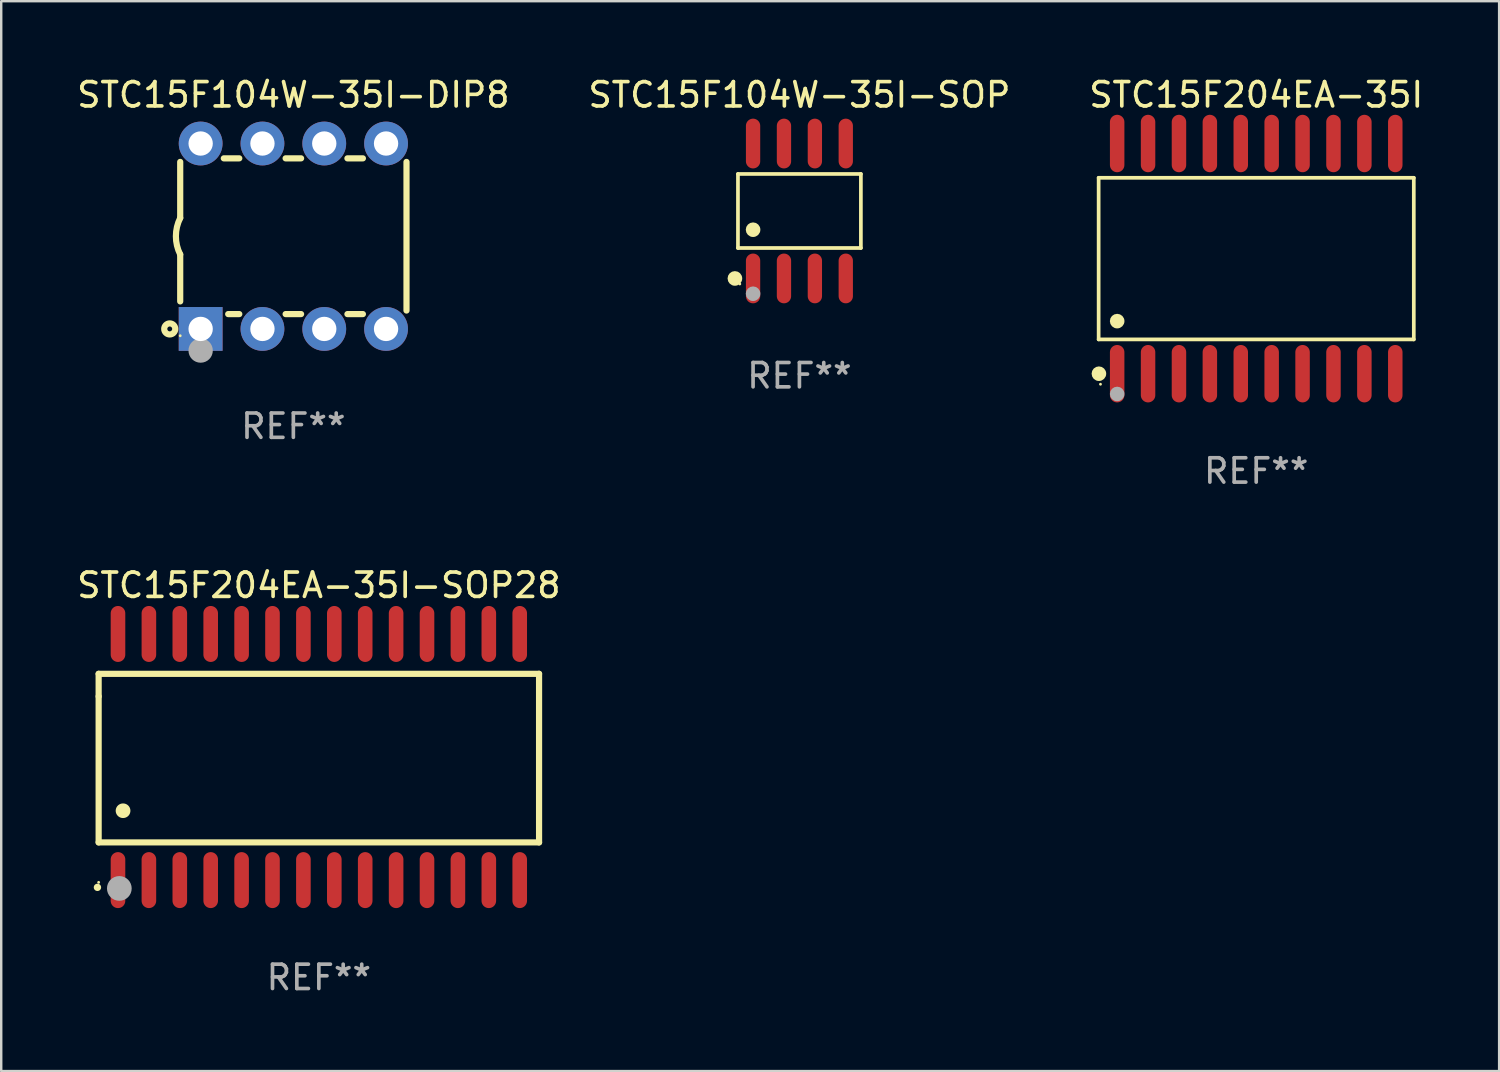
<source format=kicad_pcb>
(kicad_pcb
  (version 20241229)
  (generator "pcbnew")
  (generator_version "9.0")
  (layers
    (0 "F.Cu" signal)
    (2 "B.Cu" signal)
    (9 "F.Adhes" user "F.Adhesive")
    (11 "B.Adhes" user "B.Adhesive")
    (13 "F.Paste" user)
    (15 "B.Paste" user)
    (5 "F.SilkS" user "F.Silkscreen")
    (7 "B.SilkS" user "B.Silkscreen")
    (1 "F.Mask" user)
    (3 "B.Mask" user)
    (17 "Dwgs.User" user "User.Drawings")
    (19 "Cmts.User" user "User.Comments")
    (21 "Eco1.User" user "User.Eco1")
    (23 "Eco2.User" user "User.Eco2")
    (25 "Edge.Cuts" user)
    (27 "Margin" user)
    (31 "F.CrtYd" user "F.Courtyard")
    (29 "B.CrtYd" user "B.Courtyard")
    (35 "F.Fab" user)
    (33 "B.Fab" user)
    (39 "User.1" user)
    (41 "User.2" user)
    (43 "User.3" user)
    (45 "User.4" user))
  (footprint "STC15F204EA-35I-SOP28"
    (layer "F.Cu")
    (at 10.054 28.062)
    (property "Reference" "STC15F204EA-35I-SOP28" (at 0 -7.058 0) (layer "F.SilkS") (effects (font (size 1 1) (thickness 0.15))))
    (attr through_hole)
    (fp_line (start -9.05 -3.42) (end 9.05 -3.42) (stroke (width 0.254) (type solid)) (layer "F.SilkS"))
    (fp_line (start -9.05 -2.492) (end -9.05 -3.42) (stroke (width 0.254) (type solid)) (layer "F.SilkS"))
    (fp_line (start -9.05 3.508) (end -9.05 -2.492) (stroke (width 0.254) (type solid)) (layer "F.SilkS"))
    (fp_line (start 9.05 -3.42) (end 9.05 3.508) (stroke (width 0.254) (type solid)) (layer "F.SilkS"))
    (fp_line (start 9.05 3.508) (end -9.05 3.508) (stroke (width 0.254) (type solid)) (layer "F.SilkS"))
    (fp_arc (start -9.100838 5.35649) (mid -9.099568 5.356485) (end -9.098298 5.35649) (stroke (width 0.3) (type solid)) (layer "F.SilkS"))
    (fp_arc (start -8.049276 2.206883) (mid -8.046736 2.206872) (end -8.044196 2.206883) (stroke (width 0.6) (type solid)) (layer "F.SilkS"))
    (fp_circle (center -9.05 5.15) (end -9.02 5.15) (stroke (width 0.06) (type solid)) (fill no) (layer "F.SilkS"))
    (fp_circle (center -8.2 5.4) (end -7.946 5.4) (stroke (width 0.508) (type solid)) (fill no) (layer "F.Fab"))
    (fp_text user "REF**" (at 0 9.058 0) (layer "F.Fab") (effects (font (size 1 1) (thickness 0.15))))
    (pad "1" smd oval (at -8.255 5.058 180) (size 0.6 2.3) (layers "F.Cu" "F.Mask" "F.Paste"))
    (pad "2" smd oval (at -6.985 5.058 180) (size 0.6 2.3) (layers "F.Cu" "F.Mask" "F.Paste"))
    (pad "3" smd oval (at -5.715 5.058 180) (size 0.6 2.3) (layers "F.Cu" "F.Mask" "F.Paste"))
    (pad "4" smd oval (at -4.445 5.058 180) (size 0.6 2.3) (layers "F.Cu" "F.Mask" "F.Paste"))
    (pad "5" smd oval (at -3.175 5.058 180) (size 0.6 2.3) (layers "F.Cu" "F.Mask" "F.Paste"))
    (pad "6" smd oval (at -1.905 5.058 180) (size 0.6 2.3) (layers "F.Cu" "F.Mask" "F.Paste"))
    (pad "7" smd oval (at -0.635 5.058 180) (size 0.6 2.3) (layers "F.Cu" "F.Mask" "F.Paste"))
    (pad "8" smd oval (at 0.635 5.058 180) (size 0.6 2.3) (layers "F.Cu" "F.Mask" "F.Paste"))
    (pad "9" smd oval (at 1.905 5.058 180) (size 0.6 2.3) (layers "F.Cu" "F.Mask" "F.Paste"))
    (pad "10" smd oval (at 3.175 5.058 180) (size 0.6 2.3) (layers "F.Cu" "F.Mask" "F.Paste"))
    (pad "11" smd oval (at 4.445 5.058 180) (size 0.6 2.3) (layers "F.Cu" "F.Mask" "F.Paste"))
    (pad "12" smd oval (at 5.715 5.058 180) (size 0.6 2.3) (layers "F.Cu" "F.Mask" "F.Paste"))
    (pad "13" smd oval (at 6.985 5.058 180) (size 0.6 2.3) (layers "F.Cu" "F.Mask" "F.Paste"))
    (pad "14" smd oval (at 8.255 5.058 180) (size 0.6 2.3) (layers "F.Cu" "F.Mask" "F.Paste"))
    (pad "15" smd oval (at 8.255 -5.058 180) (size 0.6 2.3) (layers "F.Cu" "F.Mask" "F.Paste"))
    (pad "16" smd oval (at 6.985 -5.058 180) (size 0.6 2.3) (layers "F.Cu" "F.Mask" "F.Paste"))
    (pad "17" smd oval (at 5.715 -5.058 180) (size 0.6 2.3) (layers "F.Cu" "F.Mask" "F.Paste"))
    (pad "18" smd oval (at 4.445 -5.058 180) (size 0.6 2.3) (layers "F.Cu" "F.Mask" "F.Paste"))
    (pad "19" smd oval (at 3.175 -5.058 180) (size 0.6 2.3) (layers "F.Cu" "F.Mask" "F.Paste"))
    (pad "20" smd oval (at 1.905 -5.058 180) (size 0.6 2.3) (layers "F.Cu" "F.Mask" "F.Paste"))
    (pad "21" smd oval (at 0.635 -5.058 180) (size 0.6 2.3) (layers "F.Cu" "F.Mask" "F.Paste"))
    (pad "22" smd oval (at -0.635 -5.058 180) (size 0.6 2.3) (layers "F.Cu" "F.Mask" "F.Paste"))
    (pad "23" smd oval (at -1.905 -5.058 180) (size 0.6 2.3) (layers "F.Cu" "F.Mask" "F.Paste"))
    (pad "24" smd oval (at -3.175 -5.058 180) (size 0.6 2.3) (layers "F.Cu" "F.Mask" "F.Paste"))
    (pad "25" smd oval (at -4.445 -5.058 180) (size 0.6 2.3) (layers "F.Cu" "F.Mask" "F.Paste"))
    (pad "26" smd oval (at -5.715 -5.058 180) (size 0.6 2.3) (layers "F.Cu" "F.Mask" "F.Paste"))
    (pad "27" smd oval (at -6.985 -5.058 180) (size 0.6 2.3) (layers "F.Cu" "F.Mask" "F.Paste"))
    (pad "28" smd oval (at -8.255 -5.058 180) (size 0.6 2.3) (layers "F.Cu" "F.Mask" "F.Paste")))
  (footprint "STC15F104W-35I-DIP8"
    (layer "F.Cu")
    (at 9.006 6.658)
    (property "Reference" "STC15F104W-35I-DIP8" (at 0 -5.81 0) (layer "F.SilkS") (effects (font (size 1 1) (thickness 0.15))))
    (attr through_hole)
    (fp_line (start -4.65 0.749) (end -4.65 2.679) (stroke (width 0.254) (type solid)) (layer "F.SilkS"))
    (fp_line (start -4.65 -0.75) (end -4.65 -3.054) (stroke (width 0.254) (type solid)) (layer "F.SilkS"))
    (fp_line (start -2.222 -3.2) (end -2.858 -3.2) (stroke (width 0.254) (type solid)) (layer "F.SilkS"))
    (fp_line (start -2.222 3.2) (end -2.678 3.2) (stroke (width 0.254) (type solid)) (layer "F.SilkS"))
    (fp_line (start 0.318 -3.2) (end -0.318 -3.2) (stroke (width 0.254) (type solid)) (layer "F.SilkS"))
    (fp_line (start 0.318 3.2) (end -0.318 3.2) (stroke (width 0.254) (type solid)) (layer "F.SilkS"))
    (fp_line (start 2.858 -3.2) (end 2.222 -3.2) (stroke (width 0.254) (type solid)) (layer "F.SilkS"))
    (fp_line (start 2.858 3.2) (end 2.222 3.2) (stroke (width 0.254) (type solid)) (layer "F.SilkS"))
    (fp_line (start 4.65 -3.054) (end 4.65 3.054) (stroke (width 0.254) (type solid)) (layer "F.SilkS"))
    (fp_arc (start -4.650381 0.749301) (mid -4.827099 -0.000443) (end -4.649644 -0.750013) (stroke (width 0.254001) (type solid)) (layer "F.SilkS"))
    (fp_circle (center -5.08 3.81) (end -4.98 3.81) (stroke (width 0.254) (type solid)) (fill no) (layer "F.SilkS"))
    (fp_circle (center -4.65 4.09) (end -4.62 4.09) (stroke (width 0.06) (type solid)) (fill no) (layer "F.SilkS"))
    (fp_circle (center -3.81 4.699) (end -3.56 4.699) (stroke (width 0.5) (type solid)) (fill no) (layer "F.Fab"))
    (fp_text user "REF**" (at 0 7.81 0) (layer "F.Fab") (effects (font (size 1 1) (thickness 0.15))))
    (pad "1" thru_hole rect (at -3.81 3.81) (size 1.8 1.8) (drill 1) (layers "*.Cu" "*.Mask"))
    (pad "2" thru_hole circle (at -1.27 3.81) (size 1.8 1.8) (drill 1) (layers "*.Cu" "*.Mask"))
    (pad "3" thru_hole circle (at 1.27 3.81) (size 1.8 1.8) (drill 1) (layers "*.Cu" "*.Mask"))
    (pad "4" thru_hole circle (at 3.81 3.81) (size 1.8 1.8) (drill 1) (layers "*.Cu" "*.Mask"))
    (pad "5" thru_hole circle (at 3.81 -3.81) (size 1.8 1.8) (drill 1) (layers "*.Cu" "*.Mask"))
    (pad "6" thru_hole circle (at 1.27 -3.81) (size 1.8 1.8) (drill 1) (layers "*.Cu" "*.Mask"))
    (pad "7" thru_hole circle (at -1.27 -3.81) (size 1.8 1.8) (drill 1) (layers "*.Cu" "*.Mask"))
    (pad "8" thru_hole circle (at -3.81 -3.81) (size 1.8 1.8) (drill 1) (layers "*.Cu" "*.Mask")))
  (footprint "STC15F104W-35I-SOP"
    (layer "F.Cu")
    (at 29.804 5.621)
    (property "Reference" "STC15F104W-35I-SOP" (at 0 -4.772 0) (layer "F.SilkS") (effects (font (size 1 1) (thickness 0.15))))
    (attr through_hole)
    (fp_line (start -2.526 -1.521) (end 2.526 -1.521) (stroke (width 0.152) (type solid)) (layer "F.SilkS"))
    (fp_line (start -2.526 1.521) (end -2.526 -1.521) (stroke (width 0.152) (type solid)) (layer "F.SilkS"))
    (fp_line (start 2.526 -1.521) (end 2.526 1.521) (stroke (width 0.152) (type solid)) (layer "F.SilkS"))
    (fp_line (start 2.526 1.521) (end -2.526 1.521) (stroke (width 0.152) (type solid)) (layer "F.SilkS"))
    (fp_circle (center -2.652 2.772) (end -2.501 2.772) (stroke (width 0.3) (type solid)) (fill no) (layer "F.SilkS"))
    (fp_circle (center -2.45 3) (end -2.42 3) (stroke (width 0.06) (type solid)) (fill no) (layer "F.SilkS"))
    (fp_circle (center -1.905 0.769) (end -1.755 0.769) (stroke (width 0.3) (type solid)) (fill no) (layer "F.SilkS"))
    (fp_circle (center -1.905 3.4) (end -1.755 3.4) (stroke (width 0.3) (type solid)) (fill no) (layer "F.Fab"))
    (fp_text user "REF**" (at 0 6.772 0) (layer "F.Fab") (effects (font (size 1 1) (thickness 0.15))))
    (pad "1" smd oval (at -1.905 2.772) (size 0.588 2.045) (layers "F.Cu" "F.Mask" "F.Paste"))
    (pad "2" smd oval (at -0.635 2.772) (size 0.588 2.045) (layers "F.Cu" "F.Mask" "F.Paste"))
    (pad "3" smd oval (at 0.635 2.772) (size 0.588 2.045) (layers "F.Cu" "F.Mask" "F.Paste"))
    (pad "4" smd oval (at 1.905 2.772) (size 0.588 2.045) (layers "F.Cu" "F.Mask" "F.Paste"))
    (pad "5" smd oval (at 1.905 -2.772) (size 0.588 2.045) (layers "F.Cu" "F.Mask" "F.Paste"))
    (pad "6" smd oval (at 0.635 -2.772) (size 0.588 2.045) (layers "F.Cu" "F.Mask" "F.Paste"))
    (pad "7" smd oval (at -0.635 -2.772) (size 0.588 2.045) (layers "F.Cu" "F.Mask" "F.Paste"))
    (pad "8" smd oval (at -1.905 -2.772) (size 0.588 2.045) (layers "F.Cu" "F.Mask" "F.Paste")))
  (footprint "STC15F204EA-35I"
    (layer "F.Cu")
    (at 48.577 7.578)
    (property "Reference" "STC15F204EA-35I" (at 0 -6.73 0) (layer "F.SilkS") (effects (font (size 1 1) (thickness 0.15))))
    (attr through_hole)
    (fp_line (start -6.476 -3.321) (end 6.476 -3.321) (stroke (width 0.152) (type solid)) (layer "F.SilkS"))
    (fp_line (start -6.476 3.321) (end -6.476 -3.321) (stroke (width 0.152) (type solid)) (layer "F.SilkS"))
    (fp_line (start 6.476 -3.321) (end 6.476 3.321) (stroke (width 0.152) (type solid)) (layer "F.SilkS"))
    (fp_line (start 6.476 3.321) (end -6.476 3.321) (stroke (width 0.152) (type solid)) (layer "F.SilkS"))
    (fp_circle (center -6.465 4.73) (end -6.315 4.73) (stroke (width 0.3) (type solid)) (fill no) (layer "F.SilkS"))
    (fp_circle (center -6.4 5.163) (end -6.37 5.163) (stroke (width 0.06) (type solid)) (fill no) (layer "F.SilkS"))
    (fp_circle (center -5.715 2.569) (end -5.565 2.569) (stroke (width 0.3) (type solid)) (fill no) (layer "F.SilkS"))
    (fp_circle (center -5.715 5.563) (end -5.565 5.563) (stroke (width 0.3) (type solid)) (fill no) (layer "F.Fab"))
    (fp_text user "REF**" (at 0 8.73 0) (layer "F.Fab") (effects (font (size 1 1) (thickness 0.15))))
    (pad "1" smd oval (at -5.715 4.73) (size 0.595 2.36) (layers "F.Cu" "F.Mask" "F.Paste"))
    (pad "2" smd oval (at -4.445 4.73) (size 0.595 2.36) (layers "F.Cu" "F.Mask" "F.Paste"))
    (pad "3" smd oval (at -3.175 4.73) (size 0.595 2.36) (layers "F.Cu" "F.Mask" "F.Paste"))
    (pad "4" smd oval (at -1.905 4.73) (size 0.595 2.36) (layers "F.Cu" "F.Mask" "F.Paste"))
    (pad "5" smd oval (at -0.635 4.73) (size 0.595 2.36) (layers "F.Cu" "F.Mask" "F.Paste"))
    (pad "6" smd oval (at 0.635 4.73) (size 0.595 2.36) (layers "F.Cu" "F.Mask" "F.Paste"))
    (pad "7" smd oval (at 1.905 4.73) (size 0.595 2.36) (layers "F.Cu" "F.Mask" "F.Paste"))
    (pad "8" smd oval (at 3.175 4.73) (size 0.595 2.36) (layers "F.Cu" "F.Mask" "F.Paste"))
    (pad "9" smd oval (at 4.445 4.73) (size 0.595 2.36) (layers "F.Cu" "F.Mask" "F.Paste"))
    (pad "10" smd oval (at 5.715 4.73) (size 0.595 2.36) (layers "F.Cu" "F.Mask" "F.Paste"))
    (pad "11" smd oval (at 5.715 -4.73) (size 0.595 2.36) (layers "F.Cu" "F.Mask" "F.Paste"))
    (pad "12" smd oval (at 4.445 -4.73) (size 0.595 2.36) (layers "F.Cu" "F.Mask" "F.Paste"))
    (pad "13" smd oval (at 3.175 -4.73) (size 0.595 2.36) (layers "F.Cu" "F.Mask" "F.Paste"))
    (pad "14" smd oval (at 1.905 -4.73) (size 0.595 2.36) (layers "F.Cu" "F.Mask" "F.Paste"))
    (pad "15" smd oval (at 0.635 -4.73) (size 0.595 2.36) (layers "F.Cu" "F.Mask" "F.Paste"))
    (pad "16" smd oval (at -0.635 -4.73) (size 0.595 2.36) (layers "F.Cu" "F.Mask" "F.Paste"))
    (pad "17" smd oval (at -1.905 -4.73) (size 0.595 2.36) (layers "F.Cu" "F.Mask" "F.Paste"))
    (pad "18" smd oval (at -3.175 -4.73) (size 0.595 2.36) (layers "F.Cu" "F.Mask" "F.Paste"))
    (pad "19" smd oval (at -4.445 -4.73) (size 0.595 2.36) (layers "F.Cu" "F.Mask" "F.Paste"))
    (pad "20" smd oval (at -5.715 -4.73) (size 0.595 2.36) (layers "F.Cu" "F.Mask" "F.Paste")))
  (gr_rect
    (start -3 -3)
    (end 58.56 40.968)
    (stroke (width 0.1) (type default))
    (fill no)
    (layer "Edge.Cuts")))
</source>
